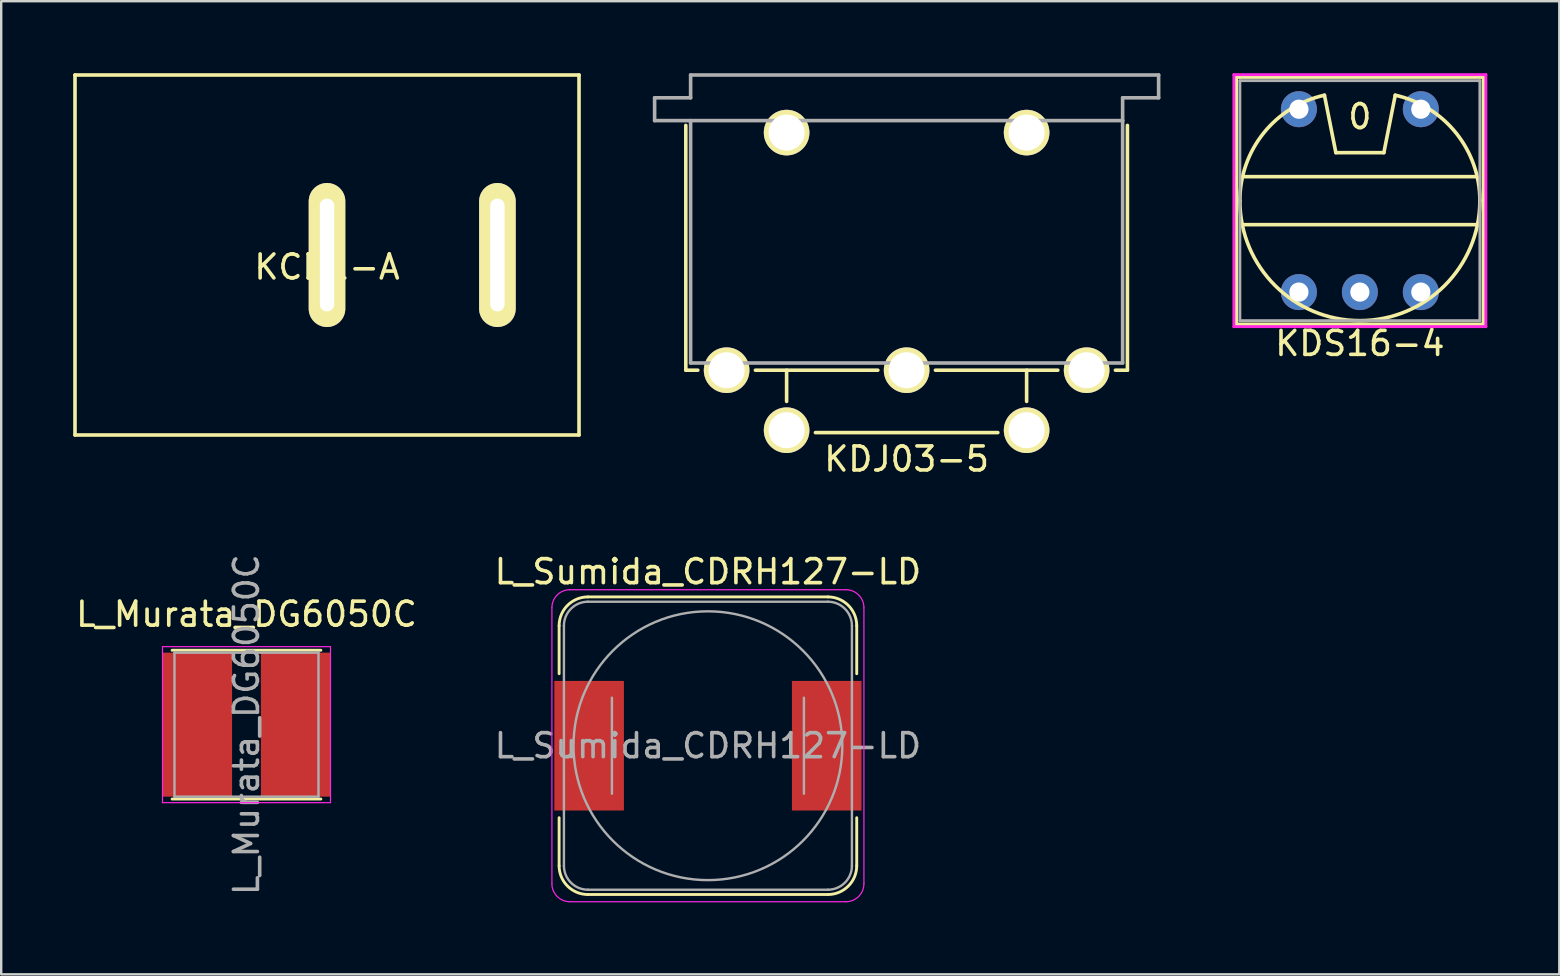
<source format=kicad_pcb>
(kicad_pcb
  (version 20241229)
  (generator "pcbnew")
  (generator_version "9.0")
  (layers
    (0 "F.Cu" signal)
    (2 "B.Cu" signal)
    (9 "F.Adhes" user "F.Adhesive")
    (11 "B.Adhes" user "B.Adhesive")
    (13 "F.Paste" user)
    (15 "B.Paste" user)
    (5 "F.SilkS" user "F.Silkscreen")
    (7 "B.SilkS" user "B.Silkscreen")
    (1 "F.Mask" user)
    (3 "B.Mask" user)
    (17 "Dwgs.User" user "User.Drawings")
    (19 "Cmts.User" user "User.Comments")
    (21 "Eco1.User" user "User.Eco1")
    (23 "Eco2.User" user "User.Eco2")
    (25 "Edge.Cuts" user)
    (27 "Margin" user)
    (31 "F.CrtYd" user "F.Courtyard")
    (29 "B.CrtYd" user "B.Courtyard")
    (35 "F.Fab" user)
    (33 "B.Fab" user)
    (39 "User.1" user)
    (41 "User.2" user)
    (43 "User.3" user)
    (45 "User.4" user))
  (footprint "KCD1-A"
    (layer "F.Cu")
    (at 10.575 7.575)
    (property "Reference" "KCD1-A" (at 0 0.5 0) (layer "F.SilkS") (effects (font (size 1 1) (thickness 0.15))))
    (attr through_hole)
    (fp_line (start -10.5 -7.5) (end 10.5 -7.5) (stroke (width 0.15) (type solid)) (layer "F.SilkS"))
    (fp_line (start -10.5 7.5) (end -10.5 -7.5) (stroke (width 0.15) (type solid)) (layer "F.SilkS"))
    (fp_line (start 10.5 -7.5) (end 10.5 7.5) (stroke (width 0.15) (type solid)) (layer "F.SilkS"))
    (fp_line (start 10.5 7.5) (end -10.5 7.5) (stroke (width 0.15) (type solid)) (layer "F.SilkS"))
    (pad "1" thru_hole oval (at 0 0) (size 1.524 6) (drill oval 0.6 4.7) (layers "*.Cu" "*.Mask" "F.SilkS"))
    (pad "2" thru_hole oval (at 7.1 0) (size 1.524 6) (drill oval 0.6 4.7) (layers "*.Cu" "*.Mask" "F.SilkS")))
  (footprint "L_Murata_DG6050C"
    (layer "F.Cu")
    (at 7.22 27.143)
    (property "Reference" "L_Murata_DG6050C" (at 0 -4.6 0) (layer "F.SilkS") (effects (font (size 1 1) (thickness 0.15))))
    (attr smd)
    (fp_line (start -3.1 -3.1) (end 3.1 -3.1) (stroke (width 0.12) (type solid)) (layer "F.SilkS"))
    (fp_line (start 3.1 3.1) (end -3.1 3.1) (stroke (width 0.12) (type solid)) (layer "F.SilkS"))
    (fp_line (start -3.5 -3.25) (end -3.5 3.25) (stroke (width 0.05) (type solid)) (layer "F.CrtYd"))
    (fp_line (start -3.5 3.25) (end 3.5 3.25) (stroke (width 0.05) (type solid)) (layer "F.CrtYd"))
    (fp_line (start 3.5 -3.25) (end -3.5 -3.25) (stroke (width 0.05) (type solid)) (layer "F.CrtYd"))
    (fp_line (start 3.5 3.25) (end 3.5 -3.25) (stroke (width 0.05) (type solid)) (layer "F.CrtYd"))
    (fp_line (start -3 -3) (end -3 3) (stroke (width 0.1) (type solid)) (layer "F.Fab"))
    (fp_line (start -3 -3) (end 3 -3) (stroke (width 0.1) (type solid)) (layer "F.Fab"))
    (fp_line (start -3 3) (end 3 3) (stroke (width 0.1) (type solid)) (layer "F.Fab"))
    (fp_line (start 3 3) (end 3 -3) (stroke (width 0.1) (type solid)) (layer "F.Fab"))
    (fp_text user "${REFERENCE}" (at 0 0 90) (layer "F.Fab") (effects (font (size 1 1) (thickness 0.15))))
    (pad "1" smd rect (at -2.05 0) (size 2.9 6) (layers "F.Cu" "F.Mask" "F.Paste"))
    (pad "2" smd rect (at 2.05 0) (size 2.9 6) (layers "F.Cu" "F.Mask" "F.Paste")))
  (footprint "KDS16-4"
    (layer "F.Cu")
    (at 53.61 5.31)
    (property "Reference" "KDS16-4" (at 0 5.95 0) (layer "F.SilkS") (effects (font (size 1 1) (thickness 0.15))))
    (attr through_hole)
    (fp_line (start -5.15 -5.15) (end -5.15 5.15) (stroke (width 0.15) (type solid)) (layer "F.SilkS"))
    (fp_line (start -5.15 5.15) (end 5.15 5.15) (stroke (width 0.15) (type solid)) (layer "F.SilkS"))
    (fp_line (start -4.85 1) (end 4.85 1) (stroke (width 0.15) (type solid)) (layer "F.SilkS"))
    (fp_line (start -1.476 -4.393) (end -1 -2) (stroke (width 0.15) (type solid)) (layer "F.SilkS"))
    (fp_line (start -1 -2) (end 1 -2) (stroke (width 0.15) (type solid)) (layer "F.SilkS"))
    (fp_line (start 1 -2) (end 1.474 -4.393) (stroke (width 0.15) (type solid)) (layer "F.SilkS"))
    (fp_line (start 4.85 -1) (end -4.85 -1) (stroke (width 0.15) (type solid)) (layer "F.SilkS"))
    (fp_line (start 5.15 -5.15) (end -5.15 -5.15) (stroke (width 0.15) (type solid)) (layer "F.SilkS"))
    (fp_line (start 5.15 5.15) (end 5.15 -5.15) (stroke (width 0.15) (type solid)) (layer "F.SilkS"))
    (fp_arc (start -5 0) (mid -4.010188 -2.815773) (end -1.476187 -4.392842) (stroke (width 0.15) (type solid)) (layer "F.SilkS"))
    (fp_arc (start 1.473978 -4.393332) (mid 4.00948 -2.816656) (end 5 0) (stroke (width 0.15) (type solid)) (layer "F.SilkS"))
    (fp_arc (start 5 0) (mid 0 5) (end -5 0) (stroke (width 0.15) (type solid)) (layer "F.SilkS"))
    (fp_line (start -5.25 -5.25) (end -5.25 5.25) (stroke (width 0.12) (type solid)) (layer "F.CrtYd"))
    (fp_line (start -5.25 -5.25) (end 5.25 -5.25) (stroke (width 0.12) (type solid)) (layer "F.CrtYd"))
    (fp_line (start -5.25 5.25) (end 5.25 5.25) (stroke (width 0.12) (type solid)) (layer "F.CrtYd"))
    (fp_line (start 5.25 -5.25) (end 5.25 5.25) (stroke (width 0.12) (type solid)) (layer "F.CrtYd"))
    (fp_line (start -5 -5) (end -5 5) (stroke (width 0.12) (type solid)) (layer "F.Fab"))
    (fp_line (start -5 -5) (end 5 -5) (stroke (width 0.12) (type solid)) (layer "F.Fab"))
    (fp_line (start -5 5) (end 5 5) (stroke (width 0.12) (type solid)) (layer "F.Fab"))
    (fp_line (start 5 -5) (end 5 5) (stroke (width 0.12) (type solid)) (layer "F.Fab"))
    (fp_text user "0" (at 0 -3.5 0) (layer "F.SilkS") (effects (font (size 1 1) (thickness 0.15))))
    (pad "1" thru_hole circle (at 2.54 -3.81) (size 1.5 1.5) (drill 0.8) (layers "*.Cu" "*.Mask"))
    (pad "2" thru_hole circle (at -2.54 -3.81) (size 1.5 1.5) (drill 0.8) (layers "*.Cu" "*.Mask"))
    (pad "3" thru_hole circle (at -2.54 3.81) (size 1.5 1.5) (drill 0.8) (layers "*.Cu" "*.Mask"))
    (pad "4" thru_hole circle (at 0 3.81) (size 1.5 1.5) (drill 0.8) (layers "*.Cu" "*.Mask"))
    (pad "5" thru_hole circle (at 2.54 3.81) (size 1.5 1.5) (drill 0.8) (layers "*.Cu" "*.Mask")))
  (footprint "KDJ03-5"
    (layer "F.Cu")
    (at 34.725 12.375)
    (property "Reference" "KDJ03-5" (at 0 3.7 0) (layer "F.SilkS") (effects (font (size 1 1) (thickness 0.15))))
    (attr through_hole)
    (fp_line (start -9.2 -10.2) (end -9.2 0) (stroke (width 0.15) (type solid)) (layer "F.SilkS"))
    (fp_line (start -9.2 0) (end -8.7 0) (stroke (width 0.15) (type solid)) (layer "F.SilkS"))
    (fp_line (start -5 0) (end -5 1.3) (stroke (width 0.15) (type solid)) (layer "F.SilkS"))
    (fp_line (start -3.8 2.6) (end 3.8 2.6) (stroke (width 0.15) (type solid)) (layer "F.SilkS"))
    (fp_line (start -1.2 0) (end -6.3 0) (stroke (width 0.15) (type solid)) (layer "F.SilkS"))
    (fp_line (start 5 1.3) (end 5 0) (stroke (width 0.15) (type solid)) (layer "F.SilkS"))
    (fp_line (start 6.3 0) (end 1.2 0) (stroke (width 0.15) (type solid)) (layer "F.SilkS"))
    (fp_line (start 9.2 -10.2) (end 9.2 0) (stroke (width 0.15) (type solid)) (layer "F.SilkS"))
    (fp_line (start 9.2 0) (end 8.7 0) (stroke (width 0.15) (type solid)) (layer "F.SilkS"))
    (fp_line (start -10.5 -11.35) (end -10.5 -10.4) (stroke (width 0.15) (type solid)) (layer "F.Fab"))
    (fp_line (start -10.5 -11.35) (end -9 -11.35) (stroke (width 0.15) (type solid)) (layer "F.Fab"))
    (fp_line (start -9 -12.3) (end -9 -11.35) (stroke (width 0.15) (type solid)) (layer "F.Fab"))
    (fp_line (start -9 -12.3) (end 10.5 -12.3) (stroke (width 0.15) (type solid)) (layer "F.Fab"))
    (fp_line (start -9 -10.4) (end -9 -0.3) (stroke (width 0.15) (type solid)) (layer "F.Fab"))
    (fp_line (start -9 -0.3) (end 9 -0.3) (stroke (width 0.15) (type solid)) (layer "F.Fab"))
    (fp_line (start 9 -11.35) (end 9 -10.4) (stroke (width 0.15) (type solid)) (layer "F.Fab"))
    (fp_line (start 9 -10.4) (end -10.5 -10.4) (stroke (width 0.15) (type solid)) (layer "F.Fab"))
    (fp_line (start 9 -10.4) (end 9 -0.3) (stroke (width 0.15) (type solid)) (layer "F.Fab"))
    (fp_line (start 10.5 -12.3) (end 10.5 -11.35) (stroke (width 0.15) (type solid)) (layer "F.Fab"))
    (fp_line (start 10.5 -11.35) (end 9 -11.35) (stroke (width 0.15) (type solid)) (layer "F.Fab"))
    (pad "1" thru_hole circle (at -7.5 0) (size 1.9 1.9) (drill 1.5) (layers "*.Cu" "*.Mask" "F.SilkS"))
    (pad "2" thru_hole circle (at 0 0) (size 1.9 1.9) (drill 1.5) (layers "*.Cu" "*.Mask" "F.SilkS"))
    (pad "3" thru_hole circle (at 7.5 0) (size 1.9 1.9) (drill 1.5) (layers "*.Cu" "*.Mask" "F.SilkS"))
    (pad "4" thru_hole circle (at -5 2.5) (size 1.9 1.9) (drill 1.5) (layers "*.Cu" "*.Mask" "F.SilkS"))
    (pad "5" thru_hole circle (at 5 2.5) (size 1.9 1.9) (drill 1.5) (layers "*.Cu" "*.Mask" "F.SilkS"))
    (pad "6" thru_hole circle (at -5 -9.9) (size 1.9 1.9) (drill 1.5) (layers "*.Cu" "*.Mask" "F.SilkS"))
    (pad "6" thru_hole circle (at 5 -9.9) (size 1.9 1.9) (drill 1.5) (layers "*.Cu" "*.Mask" "F.SilkS")))
  (footprint "L_Sumida_CDRH127-LD"
    (layer "F.Cu")
    (at 26.446 28.021)
    (property "Reference" "L_Sumida_CDRH127-LD" (at 0 -7.25 0) (layer "F.SilkS") (effects (font (size 1 1) (thickness 0.15))))
    (attr smd)
    (fp_line (start -6.2 -5) (end -6.2 -3) (stroke (width 0.12) (type solid)) (layer "F.SilkS"))
    (fp_line (start -6.2 3) (end -6.2 5) (stroke (width 0.12) (type solid)) (layer "F.SilkS"))
    (fp_line (start -5 -6.2) (end 5 -6.2) (stroke (width 0.12) (type solid)) (layer "F.SilkS"))
    (fp_line (start 5 6.2) (end -5 6.2) (stroke (width 0.12) (type solid)) (layer "F.SilkS"))
    (fp_line (start 6.2 -5) (end 6.2 -3) (stroke (width 0.12) (type solid)) (layer "F.SilkS"))
    (fp_line (start 6.2 3) (end 6.2 5) (stroke (width 0.12) (type solid)) (layer "F.SilkS"))
    (fp_arc (start -6.2 -5) (mid -5.848528 -5.848528) (end -5 -6.2) (stroke (width 0.12) (type solid)) (layer "F.SilkS"))
    (fp_arc (start -5 6.2) (mid -5.848528 5.848528) (end -6.2 5) (stroke (width 0.12) (type solid)) (layer "F.SilkS"))
    (fp_arc (start 5 -6.2) (mid 5.848528 -5.848528) (end 6.2 -5) (stroke (width 0.12) (type solid)) (layer "F.SilkS"))
    (fp_arc (start 6.2 5) (mid 5.848528 5.848528) (end 5 6.2) (stroke (width 0.12) (type solid)) (layer "F.SilkS"))
    (fp_line (start -6.5 5.75) (end -6.5 -5.75) (stroke (width 0.05) (type solid)) (layer "F.CrtYd"))
    (fp_line (start -5.75 -6.5) (end 5.75 -6.5) (stroke (width 0.05) (type solid)) (layer "F.CrtYd"))
    (fp_line (start 5.75 6.5) (end -5.75 6.5) (stroke (width 0.05) (type solid)) (layer "F.CrtYd"))
    (fp_line (start 6.5 -5.75) (end 6.5 5.75) (stroke (width 0.05) (type solid)) (layer "F.CrtYd"))
    (fp_arc (start -6.5 -5.75) (mid -6.28033 -6.28033) (end -5.75 -6.5) (stroke (width 0.05) (type solid)) (layer "F.CrtYd"))
    (fp_arc (start -5.75 6.5) (mid -6.28033 6.28033) (end -6.5 5.75) (stroke (width 0.05) (type solid)) (layer "F.CrtYd"))
    (fp_arc (start 5.75 -6.5) (mid 6.28033 -6.28033) (end 6.5 -5.75) (stroke (width 0.05) (type solid)) (layer "F.CrtYd"))
    (fp_arc (start 6.5 5.75) (mid 6.28033 6.28033) (end 5.75 6.5) (stroke (width 0.05) (type solid)) (layer "F.CrtYd"))
    (fp_line (start -6 -5) (end -6 5) (stroke (width 0.1) (type solid)) (layer "F.Fab"))
    (fp_line (start -5 -6) (end 5 -6) (stroke (width 0.1) (type solid)) (layer "F.Fab"))
    (fp_line (start -4 2) (end -4 -2) (stroke (width 0.1) (type solid)) (layer "F.Fab"))
    (fp_line (start 4 -2) (end 4 2) (stroke (width 0.1) (type solid)) (layer "F.Fab"))
    (fp_line (start 5 6) (end -5 6) (stroke (width 0.1) (type solid)) (layer "F.Fab"))
    (fp_line (start 6 -5) (end 6 5) (stroke (width 0.1) (type solid)) (layer "F.Fab"))
    (fp_arc (start -6 -5) (mid -5.707107 -5.707107) (end -5 -6) (stroke (width 0.1) (type solid)) (layer "F.Fab"))
    (fp_arc (start -5 6) (mid -5.707107 5.707107) (end -6 5) (stroke (width 0.1) (type solid)) (layer "F.Fab"))
    (fp_arc (start 5 -6) (mid 5.707107 -5.707107) (end 6 -5) (stroke (width 0.1) (type solid)) (layer "F.Fab"))
    (fp_arc (start 6 5) (mid 5.707107 5.707107) (end 5 6) (stroke (width 0.1) (type solid)) (layer "F.Fab"))
    (fp_circle (center 0 0) (end 0 -5.6) (stroke (width 0.1) (type solid)) (fill no) (layer "F.Fab"))
    (fp_text user "${REFERENCE}" (at 0 0 0) (layer "F.Fab") (effects (font (size 1 1) (thickness 0.15))))
    (pad "1" smd rect (at -4.95 0) (size 2.9 5.4) (layers "F.Cu" "F.Mask" "F.Paste"))
    (pad "2" smd rect (at 4.95 0) (size 2.9 5.4) (layers "F.Cu" "F.Mask" "F.Paste")))
  (gr_rect
    (start -3 -3)
    (end 61.92 37.547)
    (stroke (width 0.1) (type default))
    (fill no)
    (layer "Edge.Cuts")))
</source>
